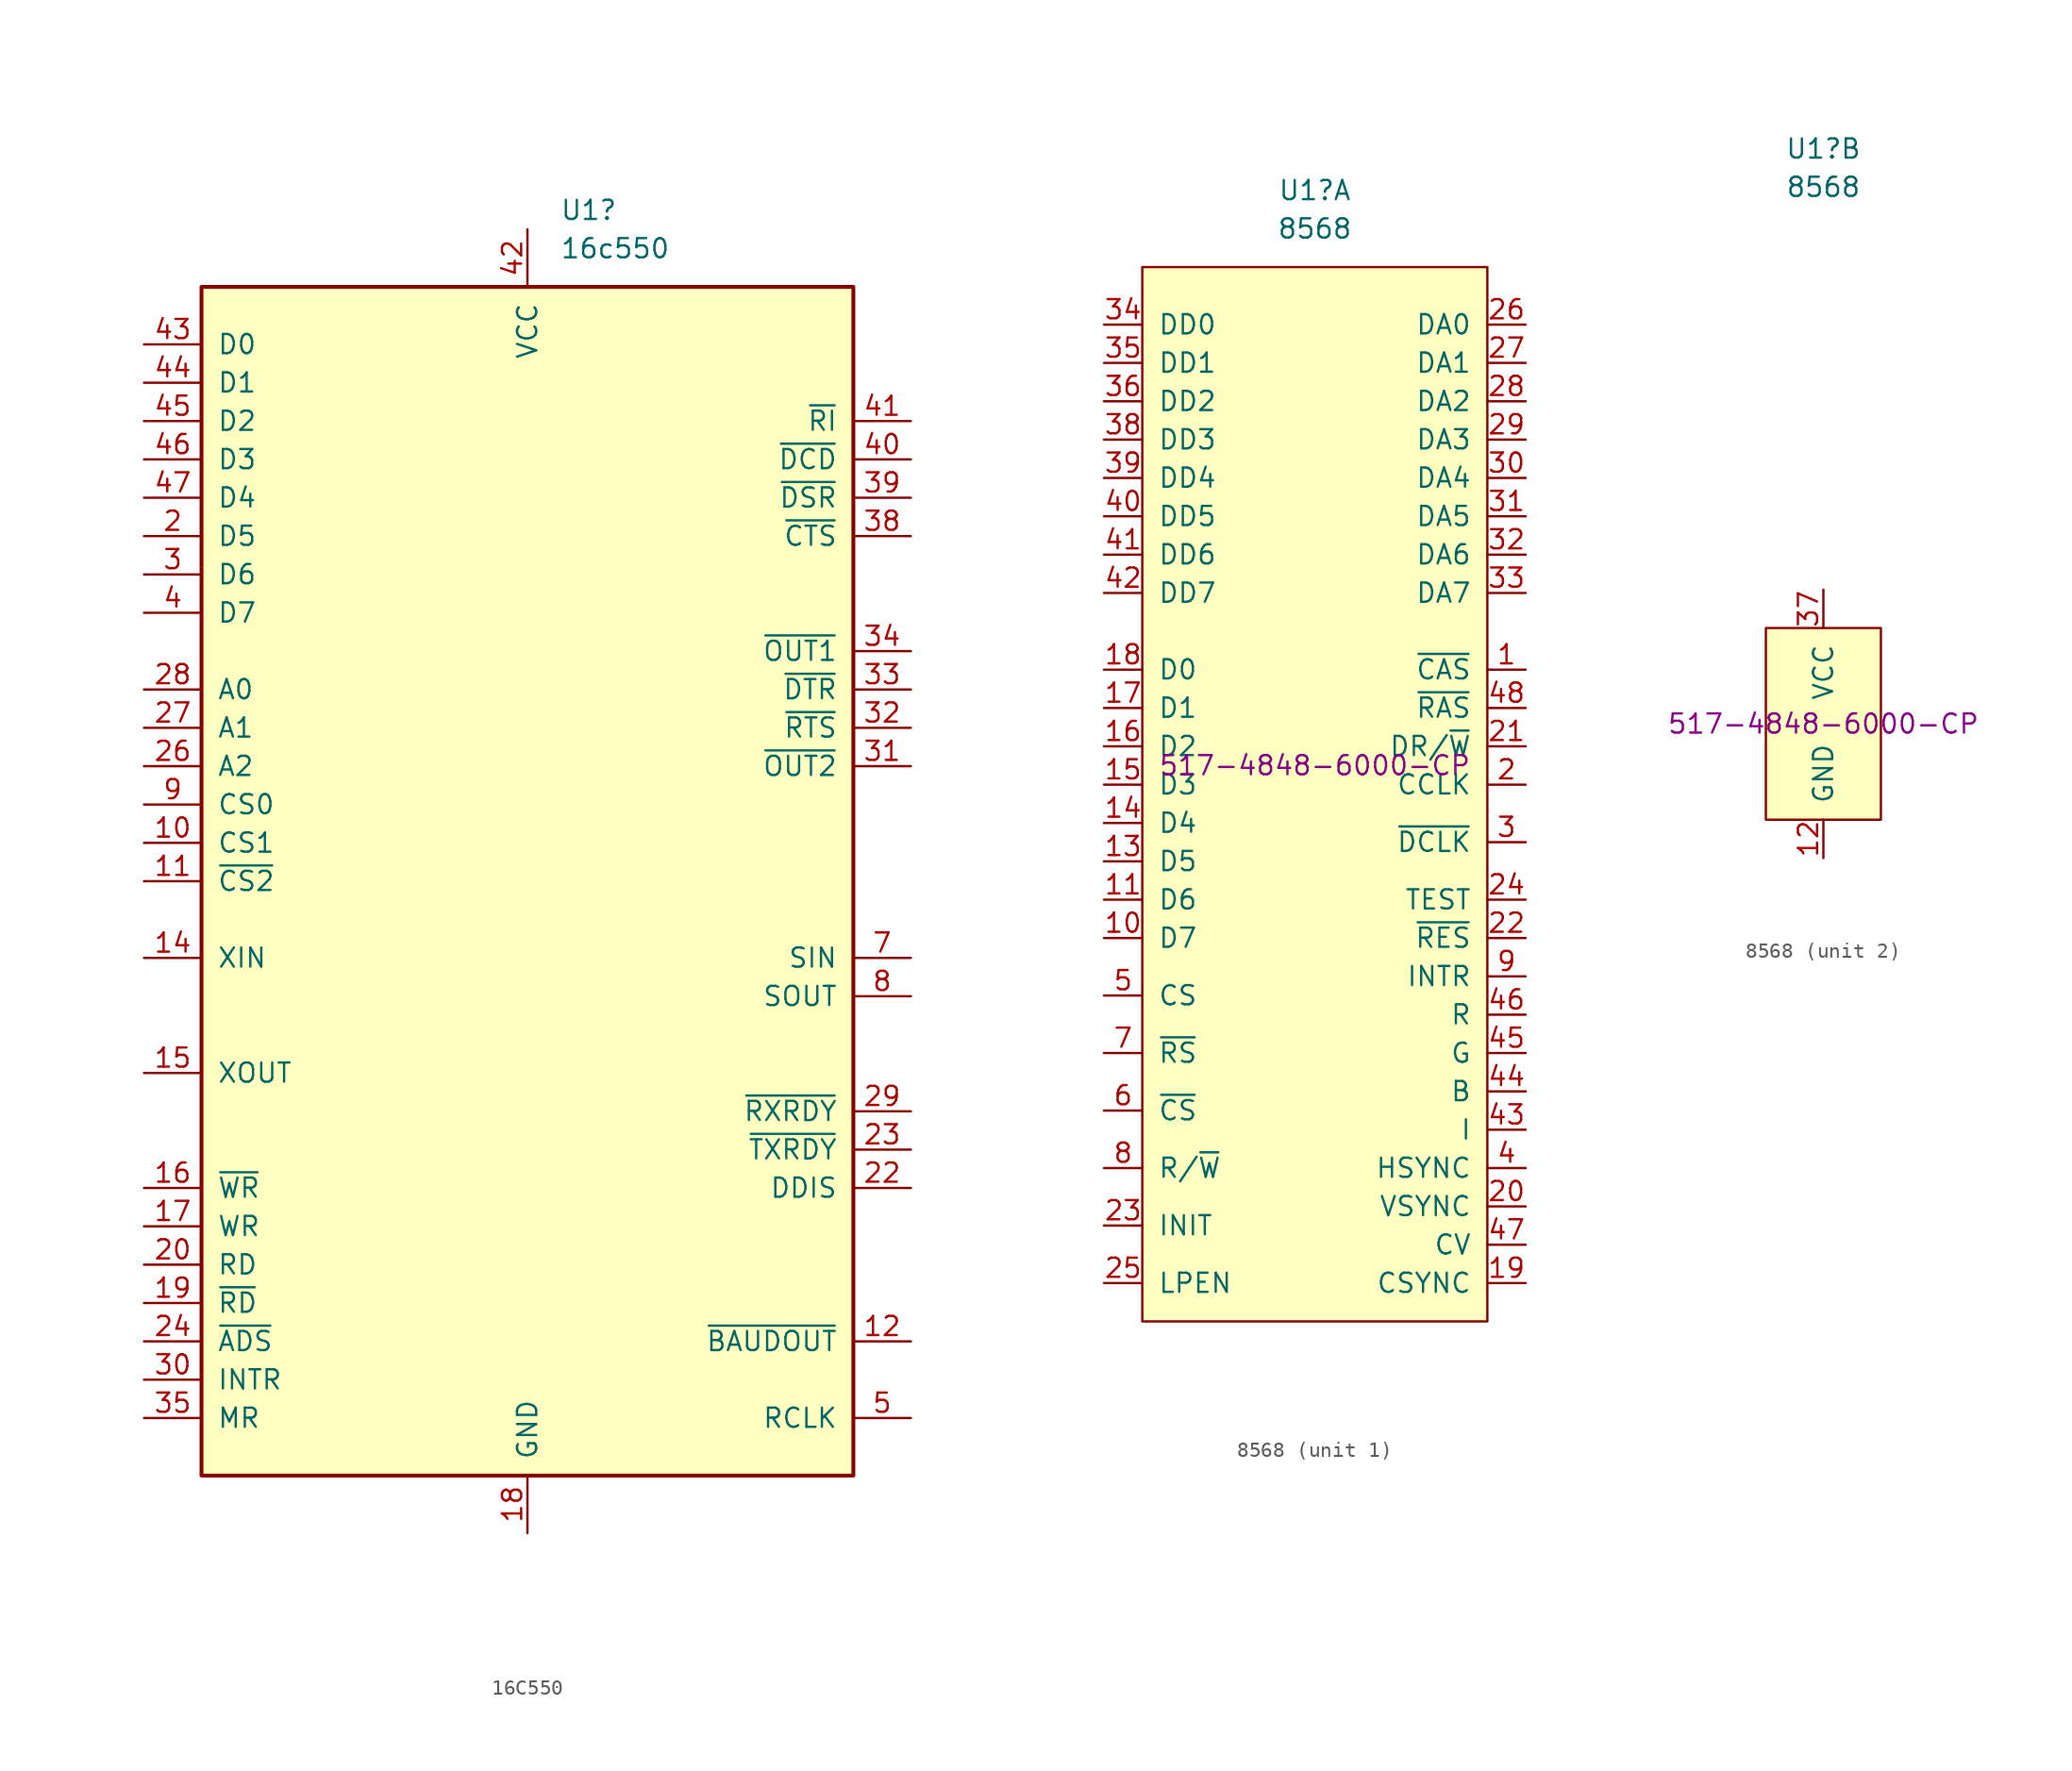
<source format=kicad_sym>
(kicad_symbol_lib
  (version 20241209)
  (generator "kicad_symbol_editor")
  (generator_version "9.0")
  (symbol "16C550"
    (pin_names
      (offset 1.016))
    (property "Reference" "U1"
      (at 2.143 44.45 0)
      (effects (font (size 1.27 1.27)) (justify left)))
    (property "Value" "16c550"
      (at 2.143 41.91 0)
      (effects (font (size 1.27 1.27)) (justify left)))
    (symbol "16C550_0_1"
      (rectangle (start -21.59 -39.37) (end 21.59 39.37) (stroke (width 0.254) (type default)) (fill (type background))))
    (symbol "16C550_1_0"
      (pin no_connect line (at 24.13 20.32 180) (length 2.54) (hide yes) (name "NC" (effects (font (size 1.27 1.27)))) (number "1" (effects (font (size 1.27 1.27)))))
      (pin no_connect line (at 24.13 17.78 180) (length 2.54) (hide yes) (name "NC" (effects (font (size 1.27 1.27)))) (number "48" (effects (font (size 1.27 1.27)))))
      (pin no_connect line (at 24.13 5.08 180) (length 2.54) (hide yes) (name "NC" (effects (font (size 1.27 1.27)))) (number "37" (effects (font (size 1.27 1.27)))))
      (pin no_connect line (at 24.13 2.54 180) (length 2.54) (hide yes) (name "NC" (effects (font (size 1.27 1.27)))) (number "36" (effects (font (size 1.27 1.27)))))
      (pin no_connect line (at 24.13 0 180) (length 2.54) (hide yes) (name "NC" (effects (font (size 1.27 1.27)))) (number "6" (effects (font (size 1.27 1.27)))))
      (pin no_connect line (at 24.13 -2.54 180) (length 2.54) (hide yes) (name "NC" (effects (font (size 1.27 1.27)))) (number "25" (effects (font (size 1.27 1.27)))))
      (pin no_connect line (at 24.13 -22.86 180) (length 2.54) (hide yes) (name "NC" (effects (font (size 1.27 1.27)))) (number "21" (effects (font (size 1.27 1.27)))))
      (pin no_connect line (at 24.13 -25.4 180) (length 2.54) (hide yes) (name "NC" (effects (font (size 1.27 1.27)))) (number "13" (effects (font (size 1.27 1.27))))))
    (symbol "16C550_1_1"
      (pin bidirectional line (at -25.4 35.56 0) (length 3.81) (name "D0" (effects (font (size 1.27 1.27)))) (number "43" (effects (font (size 1.27 1.27)))))
      (pin bidirectional line (at -25.4 33.02 0) (length 3.81) (name "D1" (effects (font (size 1.27 1.27)))) (number "44" (effects (font (size 1.27 1.27)))))
      (pin bidirectional line (at -25.4 30.48 0) (length 3.81) (name "D2" (effects (font (size 1.27 1.27)))) (number "45" (effects (font (size 1.27 1.27)))))
      (pin bidirectional line (at -25.4 27.94 0) (length 3.81) (name "D3" (effects (font (size 1.27 1.27)))) (number "46" (effects (font (size 1.27 1.27)))))
      (pin bidirectional line (at -25.4 25.4 0) (length 3.81) (name "D4" (effects (font (size 1.27 1.27)))) (number "47" (effects (font (size 1.27 1.27)))))
      (pin bidirectional line (at -25.4 22.86 0) (length 3.81) (name "D5" (effects (font (size 1.27 1.27)))) (number "2" (effects (font (size 1.27 1.27)))))
      (pin bidirectional line (at -25.4 20.32 0) (length 3.81) (name "D6" (effects (font (size 1.27 1.27)))) (number "3" (effects (font (size 1.27 1.27)))))
      (pin bidirectional line (at -25.4 17.78 0) (length 3.81) (name "D7" (effects (font (size 1.27 1.27)))) (number "4" (effects (font (size 1.27 1.27)))))
      (pin input line (at -25.4 12.7 0) (length 3.81) (name "A0" (effects (font (size 1.27 1.27)))) (number "28" (effects (font (size 1.27 1.27)))))
      (pin input line (at -25.4 10.16 0) (length 3.81) (name "A1" (effects (font (size 1.27 1.27)))) (number "27" (effects (font (size 1.27 1.27)))))
      (pin input line (at -25.4 7.62 0) (length 3.81) (name "A2" (effects (font (size 1.27 1.27)))) (number "26" (effects (font (size 1.27 1.27)))))
      (pin input line (at -25.4 5.08 0) (length 3.81) (name "CS0" (effects (font (size 1.27 1.27)))) (number "9" (effects (font (size 1.27 1.27)))))
      (pin input line (at -25.4 2.54 0) (length 3.81) (name "CS1" (effects (font (size 1.27 1.27)))) (number "10" (effects (font (size 1.27 1.27)))))
      (pin input line (at -25.4 0 0) (length 3.81) (name "~{CS2}" (effects (font (size 1.27 1.27)))) (number "11" (effects (font (size 1.27 1.27)))))
      (pin input line (at -25.4 -5.08 0) (length 3.81) (name "XIN" (effects (font (size 1.27 1.27)))) (number "14" (effects (font (size 1.27 1.27)))))
      (pin output line (at -25.4 -12.7 0) (length 3.81) (name "XOUT" (effects (font (size 1.27 1.27)))) (number "15" (effects (font (size 1.27 1.27)))))
      (pin input line (at -25.4 -20.32 0) (length 3.81) (name "~{WR}" (effects (font (size 1.27 1.27)))) (number "16" (effects (font (size 1.27 1.27)))))
      (pin input line (at -25.4 -22.86 0) (length 3.81) (name "WR" (effects (font (size 1.27 1.27)))) (number "17" (effects (font (size 1.27 1.27)))))
      (pin input line (at -25.4 -25.4 0) (length 3.81) (name "RD" (effects (font (size 1.27 1.27)))) (number "20" (effects (font (size 1.27 1.27)))))
      (pin input line (at -25.4 -27.94 0) (length 3.81) (name "~{RD}" (effects (font (size 1.27 1.27)))) (number "19" (effects (font (size 1.27 1.27)))))
      (pin input line (at -25.4 -30.48 0) (length 3.81) (name "~{ADS}" (effects (font (size 1.27 1.27)))) (number "24" (effects (font (size 1.27 1.27)))))
      (pin output line (at -25.4 -33.02 0) (length 3.81) (name "INTR" (effects (font (size 1.27 1.27)))) (number "30" (effects (font (size 1.27 1.27)))))
      (pin input line (at -25.4 -35.56 0) (length 3.81) (name "MR" (effects (font (size 1.27 1.27)))) (number "35" (effects (font (size 1.27 1.27)))))
      (pin power_in line (at 0 43.18 270) (length 3.81) (name "VCC" (effects (font (size 1.27 1.27)))) (number "42" (effects (font (size 1.27 1.27)))))
      (pin power_in line (at 0 -43.18 90) (length 3.81) (name "GND" (effects (font (size 1.27 1.27)))) (number "18" (effects (font (size 1.27 1.27)))))
      (pin input line (at 25.4 30.48 180) (length 3.81) (name "~{RI}" (effects (font (size 1.27 1.27)))) (number "41" (effects (font (size 1.27 1.27)))))
      (pin input line (at 25.4 27.94 180) (length 3.81) (name "~{DCD}" (effects (font (size 1.27 1.27)))) (number "40" (effects (font (size 1.27 1.27)))))
      (pin input line (at 25.4 25.4 180) (length 3.81) (name "~{DSR}" (effects (font (size 1.27 1.27)))) (number "39" (effects (font (size 1.27 1.27)))))
      (pin input line (at 25.4 22.86 180) (length 3.81) (name "~{CTS}" (effects (font (size 1.27 1.27)))) (number "38" (effects (font (size 1.27 1.27)))))
      (pin output line (at 25.4 15.24 180) (length 3.81) (name "~{OUT1}" (effects (font (size 1.27 1.27)))) (number "34" (effects (font (size 1.27 1.27)))))
      (pin output line (at 25.4 12.7 180) (length 3.81) (name "~{DTR}" (effects (font (size 1.27 1.27)))) (number "33" (effects (font (size 1.27 1.27)))))
      (pin output line (at 25.4 10.16 180) (length 3.81) (name "~{RTS}" (effects (font (size 1.27 1.27)))) (number "32" (effects (font (size 1.27 1.27)))))
      (pin output line (at 25.4 7.62 180) (length 3.81) (name "~{OUT2}" (effects (font (size 1.27 1.27)))) (number "31" (effects (font (size 1.27 1.27)))))
      (pin input line (at 25.4 -5.08 180) (length 3.81) (name "SIN" (effects (font (size 1.27 1.27)))) (number "7" (effects (font (size 1.27 1.27)))))
      (pin output line (at 25.4 -7.62 180) (length 3.81) (name "SOUT" (effects (font (size 1.27 1.27)))) (number "8" (effects (font (size 1.27 1.27)))))
      (pin output line (at 25.4 -15.24 180) (length 3.81) (name "~{RXRDY}" (effects (font (size 1.27 1.27)))) (number "29" (effects (font (size 1.27 1.27)))))
      (pin output line (at 25.4 -17.78 180) (length 3.81) (name "~{TXRDY}" (effects (font (size 1.27 1.27)))) (number "23" (effects (font (size 1.27 1.27)))))
      (pin output line (at 25.4 -20.32 180) (length 3.81) (name "DDIS" (effects (font (size 1.27 1.27)))) (number "22" (effects (font (size 1.27 1.27)))))
      (pin output line (at 25.4 -30.48 180) (length 3.81) (name "~{BAUDOUT}" (effects (font (size 1.27 1.27)))) (number "12" (effects (font (size 1.27 1.27)))))
      (pin input line (at 25.4 -35.56 180) (length 3.81) (name "RCLK" (effects (font (size 1.27 1.27)))) (number "5" (effects (font (size 1.27 1.27)))))))
  (symbol "8568"
    (pin_names
      (offset 1.016))
    (property "Reference" "U1"
      (at 0 38.1 0)
      (effects (font (size 1.27 1.27))))
    (property "Value" "8568"
      (at 0 35.56 0)
      (effects (font (size 1.27 1.27))))
    (property "Mouser" "517-4848-6000-CP"
      (at 0 0 0)
      (effects (font (size 1.27 1.27))))
    (property "ki_locked" ""
      (at 0 0 0)
      (effects (font (size 1.27 1.27))))
    (symbol "8568_1_1"
      (rectangle (start -11.43 33.02) (end 11.43 -36.83) (stroke (width 0) (type default)) (fill (type background)))
      (pin bidirectional line (at -13.97 29.21 0) (length 2.54) (name "DD0" (effects (font (size 1.27 1.27)))) (number "34" (effects (font (size 1.27 1.27)))))
      (pin bidirectional line (at -13.97 26.67 0) (length 2.54) (name "DD1" (effects (font (size 1.27 1.27)))) (number "35" (effects (font (size 1.27 1.27)))))
      (pin bidirectional line (at -13.97 24.13 0) (length 2.54) (name "DD2" (effects (font (size 1.27 1.27)))) (number "36" (effects (font (size 1.27 1.27)))))
      (pin bidirectional line (at -13.97 21.59 0) (length 2.54) (name "DD3" (effects (font (size 1.27 1.27)))) (number "38" (effects (font (size 1.27 1.27)))))
      (pin bidirectional line (at -13.97 19.05 0) (length 2.54) (name "DD4" (effects (font (size 1.27 1.27)))) (number "39" (effects (font (size 1.27 1.27)))))
      (pin bidirectional line (at -13.97 16.51 0) (length 2.54) (name "DD5" (effects (font (size 1.27 1.27)))) (number "40" (effects (font (size 1.27 1.27)))))
      (pin bidirectional line (at -13.97 13.97 0) (length 2.54) (name "DD6" (effects (font (size 1.27 1.27)))) (number "41" (effects (font (size 1.27 1.27)))))
      (pin bidirectional line (at -13.97 11.43 0) (length 2.54) (name "DD7" (effects (font (size 1.27 1.27)))) (number "42" (effects (font (size 1.27 1.27)))))
      (pin bidirectional line (at -13.97 6.35 0) (length 2.54) (name "D0" (effects (font (size 1.27 1.27)))) (number "18" (effects (font (size 1.27 1.27)))))
      (pin bidirectional line (at -13.97 3.81 0) (length 2.54) (name "D1" (effects (font (size 1.27 1.27)))) (number "17" (effects (font (size 1.27 1.27)))))
      (pin bidirectional line (at -13.97 1.27 0) (length 2.54) (name "D2" (effects (font (size 1.27 1.27)))) (number "16" (effects (font (size 1.27 1.27)))))
      (pin bidirectional line (at -13.97 -1.27 0) (length 2.54) (name "D3" (effects (font (size 1.27 1.27)))) (number "15" (effects (font (size 1.27 1.27)))))
      (pin bidirectional line (at -13.97 -3.81 0) (length 2.54) (name "D4" (effects (font (size 1.27 1.27)))) (number "14" (effects (font (size 1.27 1.27)))))
      (pin bidirectional line (at -13.97 -6.35 0) (length 2.54) (name "D5" (effects (font (size 1.27 1.27)))) (number "13" (effects (font (size 1.27 1.27)))))
      (pin bidirectional line (at -13.97 -8.89 0) (length 2.54) (name "D6" (effects (font (size 1.27 1.27)))) (number "11" (effects (font (size 1.27 1.27)))))
      (pin bidirectional line (at -13.97 -11.43 0) (length 2.54) (name "D7" (effects (font (size 1.27 1.27)))) (number "10" (effects (font (size 1.27 1.27)))))
      (pin input line (at -13.97 -15.24 0) (length 2.54) (name "CS" (effects (font (size 1.27 1.27)))) (number "5" (effects (font (size 1.27 1.27)))))
      (pin input line (at -13.97 -19.05 0) (length 2.54) (name "~{RS}" (effects (font (size 1.27 1.27)))) (number "7" (effects (font (size 1.27 1.27)))))
      (pin input line (at -13.97 -22.86 0) (length 2.54) (name "~{CS}" (effects (font (size 1.27 1.27)))) (number "6" (effects (font (size 1.27 1.27)))))
      (pin input line (at -13.97 -26.67 0) (length 2.54) (name "R/~{W}" (effects (font (size 1.27 1.27)))) (number "8" (effects (font (size 1.27 1.27)))))
      (pin input line (at -13.97 -30.48 0) (length 2.54) (name "INIT" (effects (font (size 1.27 1.27)))) (number "23" (effects (font (size 1.27 1.27)))))
      (pin input line (at -13.97 -34.29 0) (length 2.54) (name "LPEN" (effects (font (size 1.27 1.27)))) (number "25" (effects (font (size 1.27 1.27)))))
      (pin bidirectional line (at 13.97 29.21 180) (length 2.54) (name "DA0" (effects (font (size 1.27 1.27)))) (number "26" (effects (font (size 1.27 1.27)))))
      (pin bidirectional line (at 13.97 26.67 180) (length 2.54) (name "DA1" (effects (font (size 1.27 1.27)))) (number "27" (effects (font (size 1.27 1.27)))))
      (pin bidirectional line (at 13.97 24.13 180) (length 2.54) (name "DA2" (effects (font (size 1.27 1.27)))) (number "28" (effects (font (size 1.27 1.27)))))
      (pin bidirectional line (at 13.97 21.59 180) (length 2.54) (name "DA3" (effects (font (size 1.27 1.27)))) (number "29" (effects (font (size 1.27 1.27)))))
      (pin bidirectional line (at 13.97 19.05 180) (length 2.54) (name "DA4" (effects (font (size 1.27 1.27)))) (number "30" (effects (font (size 1.27 1.27)))))
      (pin bidirectional line (at 13.97 16.51 180) (length 2.54) (name "DA5" (effects (font (size 1.27 1.27)))) (number "31" (effects (font (size 1.27 1.27)))))
      (pin bidirectional line (at 13.97 13.97 180) (length 2.54) (name "DA6" (effects (font (size 1.27 1.27)))) (number "32" (effects (font (size 1.27 1.27)))))
      (pin bidirectional line (at 13.97 11.43 180) (length 2.54) (name "DA7" (effects (font (size 1.27 1.27)))) (number "33" (effects (font (size 1.27 1.27)))))
      (pin output line (at 13.97 6.35 180) (length 2.54) (name "~{CAS}" (effects (font (size 1.27 1.27)))) (number "1" (effects (font (size 1.27 1.27)))))
      (pin output line (at 13.97 3.81 180) (length 2.54) (name "~{RAS}" (effects (font (size 1.27 1.27)))) (number "48" (effects (font (size 1.27 1.27)))))
      (pin output line (at 13.97 1.27 180) (length 2.54) (name "DR/~{W}" (effects (font (size 1.27 1.27)))) (number "21" (effects (font (size 1.27 1.27)))))
      (pin output line (at 13.97 -1.27 180) (length 2.54) (name "CCLK" (effects (font (size 1.27 1.27)))) (number "2" (effects (font (size 1.27 1.27)))))
      (pin input line (at 13.97 -5.08 180) (length 2.54) (name "~{DCLK}" (effects (font (size 1.27 1.27)))) (number "3" (effects (font (size 1.27 1.27)))))
      (pin input line (at 13.97 -8.89 180) (length 2.54) (name "TEST" (effects (font (size 1.27 1.27)))) (number "24" (effects (font (size 1.27 1.27)))))
      (pin input line (at 13.97 -11.43 180) (length 2.54) (name "~{RES}" (effects (font (size 1.27 1.27)))) (number "22" (effects (font (size 1.27 1.27)))))
      (pin output line (at 13.97 -13.97 180) (length 2.54) (name "INTR" (effects (font (size 1.27 1.27)))) (number "9" (effects (font (size 1.27 1.27)))))
      (pin output line (at 13.97 -16.51 180) (length 2.54) (name "R" (effects (font (size 1.27 1.27)))) (number "46" (effects (font (size 1.27 1.27)))))
      (pin output line (at 13.97 -19.05 180) (length 2.54) (name "G" (effects (font (size 1.27 1.27)))) (number "45" (effects (font (size 1.27 1.27)))))
      (pin output line (at 13.97 -21.59 180) (length 2.54) (name "B" (effects (font (size 1.27 1.27)))) (number "44" (effects (font (size 1.27 1.27)))))
      (pin output line (at 13.97 -24.13 180) (length 2.54) (name "I" (effects (font (size 1.27 1.27)))) (number "43" (effects (font (size 1.27 1.27)))))
      (pin output line (at 13.97 -26.67 180) (length 2.54) (name "HSYNC" (effects (font (size 1.27 1.27)))) (number "4" (effects (font (size 1.27 1.27)))))
      (pin output line (at 13.97 -29.21 180) (length 2.54) (name "VSYNC" (effects (font (size 1.27 1.27)))) (number "20" (effects (font (size 1.27 1.27)))))
      (pin output line (at 13.97 -31.75 180) (length 2.54) (name "CV" (effects (font (size 1.27 1.27)))) (number "47" (effects (font (size 1.27 1.27)))))
      (pin output line (at 13.97 -34.29 180) (length 2.54) (name "CSYNC" (effects (font (size 1.27 1.27)))) (number "19" (effects (font (size 1.27 1.27))))))
    (symbol "8568_2_1"
      (rectangle (start -3.81 6.35) (end 3.81 -6.35) (stroke (width 0) (type default)) (fill (type background)))
      (pin power_in line (at 0 8.89 270) (length 2.54) (name "VCC" (effects (font (size 1.27 1.27)))) (number "37" (effects (font (size 1.27 1.27)))))
      (pin power_in line (at 0 -8.89 90) (length 2.54) (name "GND" (effects (font (size 1.27 1.27)))) (number "12" (effects (font (size 1.27 1.27))))))))
</source>
